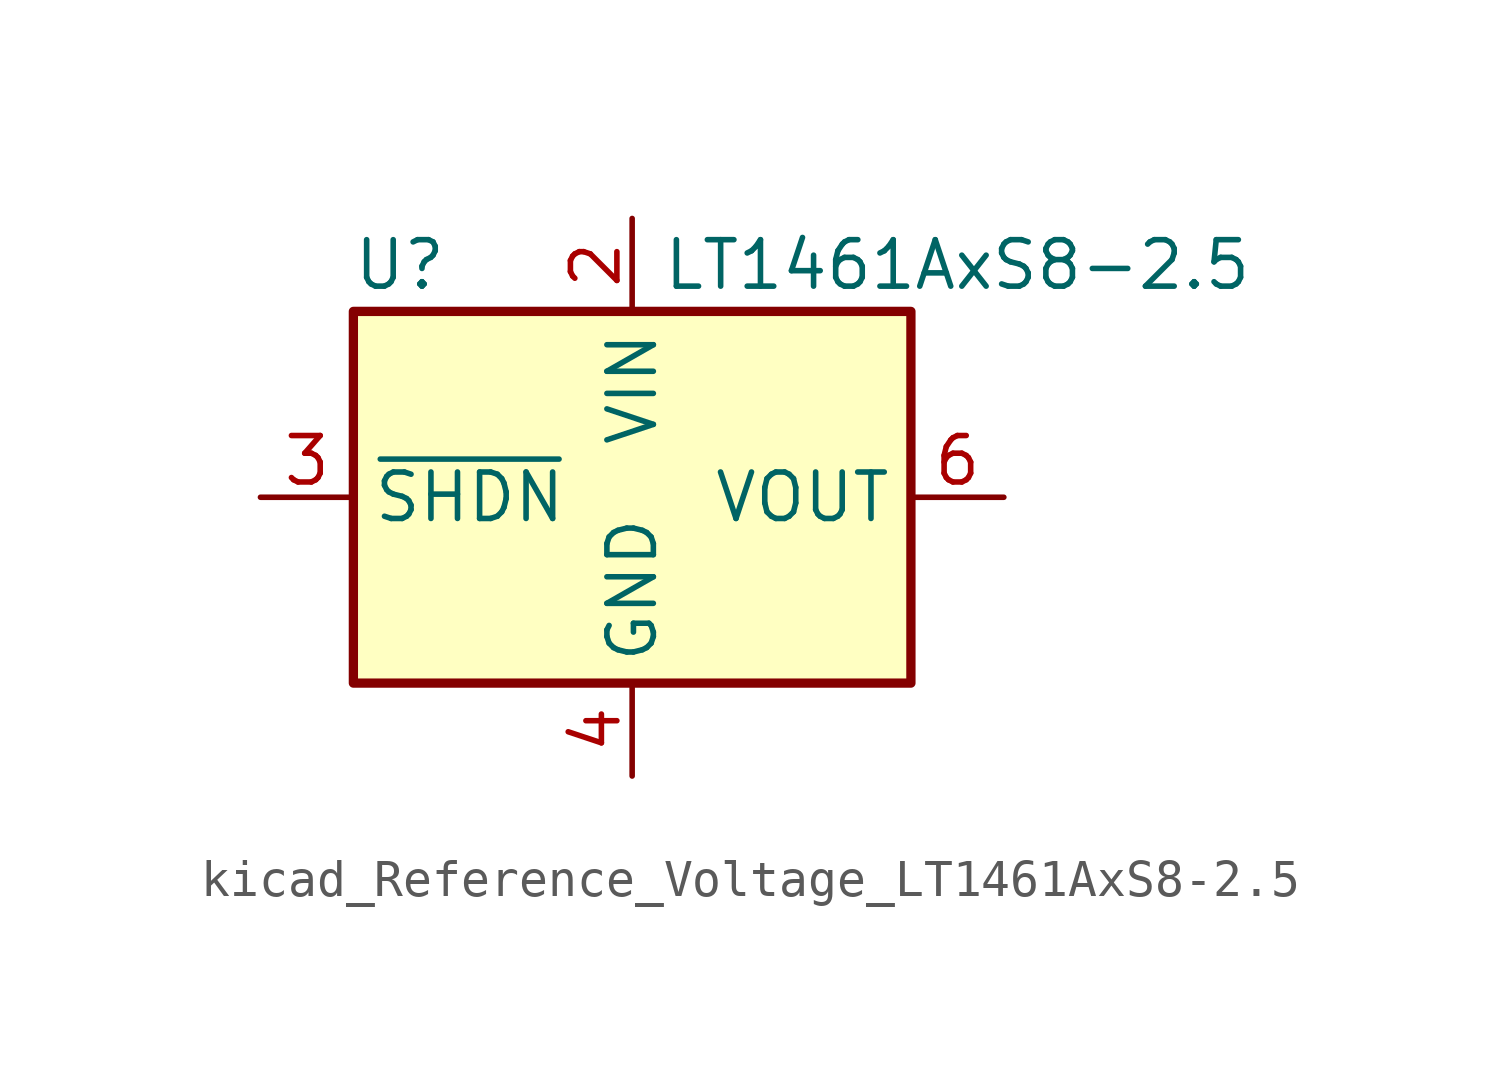
<source format=kicad_sym>
(kicad_symbol_lib
  (version 20220914)
  (generator kicad_symbol_editor)
  (symbol "kicad_Reference_Voltage_LT1461AxS8-2.5"
    (property "Reference" "U"
      (at -6.35 6.35 0)
      (effects (font (size 1.27 1.27))))
    (property "Value" "LT1461AxS8-2.5"
      (at 8.89 6.35 0)
      (effects (font (size 1.27 1.27))))
    (symbol "kicad_Reference_Voltage_LT1461AxS8-2.5_1_1"
      (rectangle (start -7.62 5.08) (end 7.62 -5.08) (stroke (width 0.254) (type default)) (fill (type background)))
      (pin no_connect line (at 7.62 -2.54 180) (length 2.54) hide (name "DNC" (effects (font (size 1.27 1.27)))) (number "1" (effects (font (size 1.27 1.27)))))
      (pin power_in line (at 0 7.62 270) (length 2.54) (name "VIN" (effects (font (size 1.27 1.27)))) (number "2" (effects (font (size 1.27 1.27)))))
      (pin input line (at -10.16 0 0) (length 2.54) (name "~{SHDN}" (effects (font (size 1.27 1.27)))) (number "3" (effects (font (size 1.27 1.27)))))
      (pin power_in line (at 0 -7.62 90) (length 2.54) (name "GND" (effects (font (size 1.27 1.27)))) (number "4" (effects (font (size 1.27 1.27)))))
      (pin no_connect line (at -7.62 -2.54 0) (length 2.54) hide (name "DNC" (effects (font (size 1.27 1.27)))) (number "5" (effects (font (size 1.27 1.27)))))
      (pin power_out line (at 10.16 0 180) (length 2.54) (name "VOUT" (effects (font (size 1.27 1.27)))) (number "6" (effects (font (size 1.27 1.27)))))
      (pin no_connect line (at -7.62 2.54 0) (length 2.54) hide (name "DNC" (effects (font (size 1.27 1.27)))) (number "7" (effects (font (size 1.27 1.27)))))
      (pin no_connect line (at 7.62 2.54 180) (length 2.54) hide (name "DNC" (effects (font (size 1.27 1.27)))) (number "8" (effects (font (size 1.27 1.27))))))))
</source>
